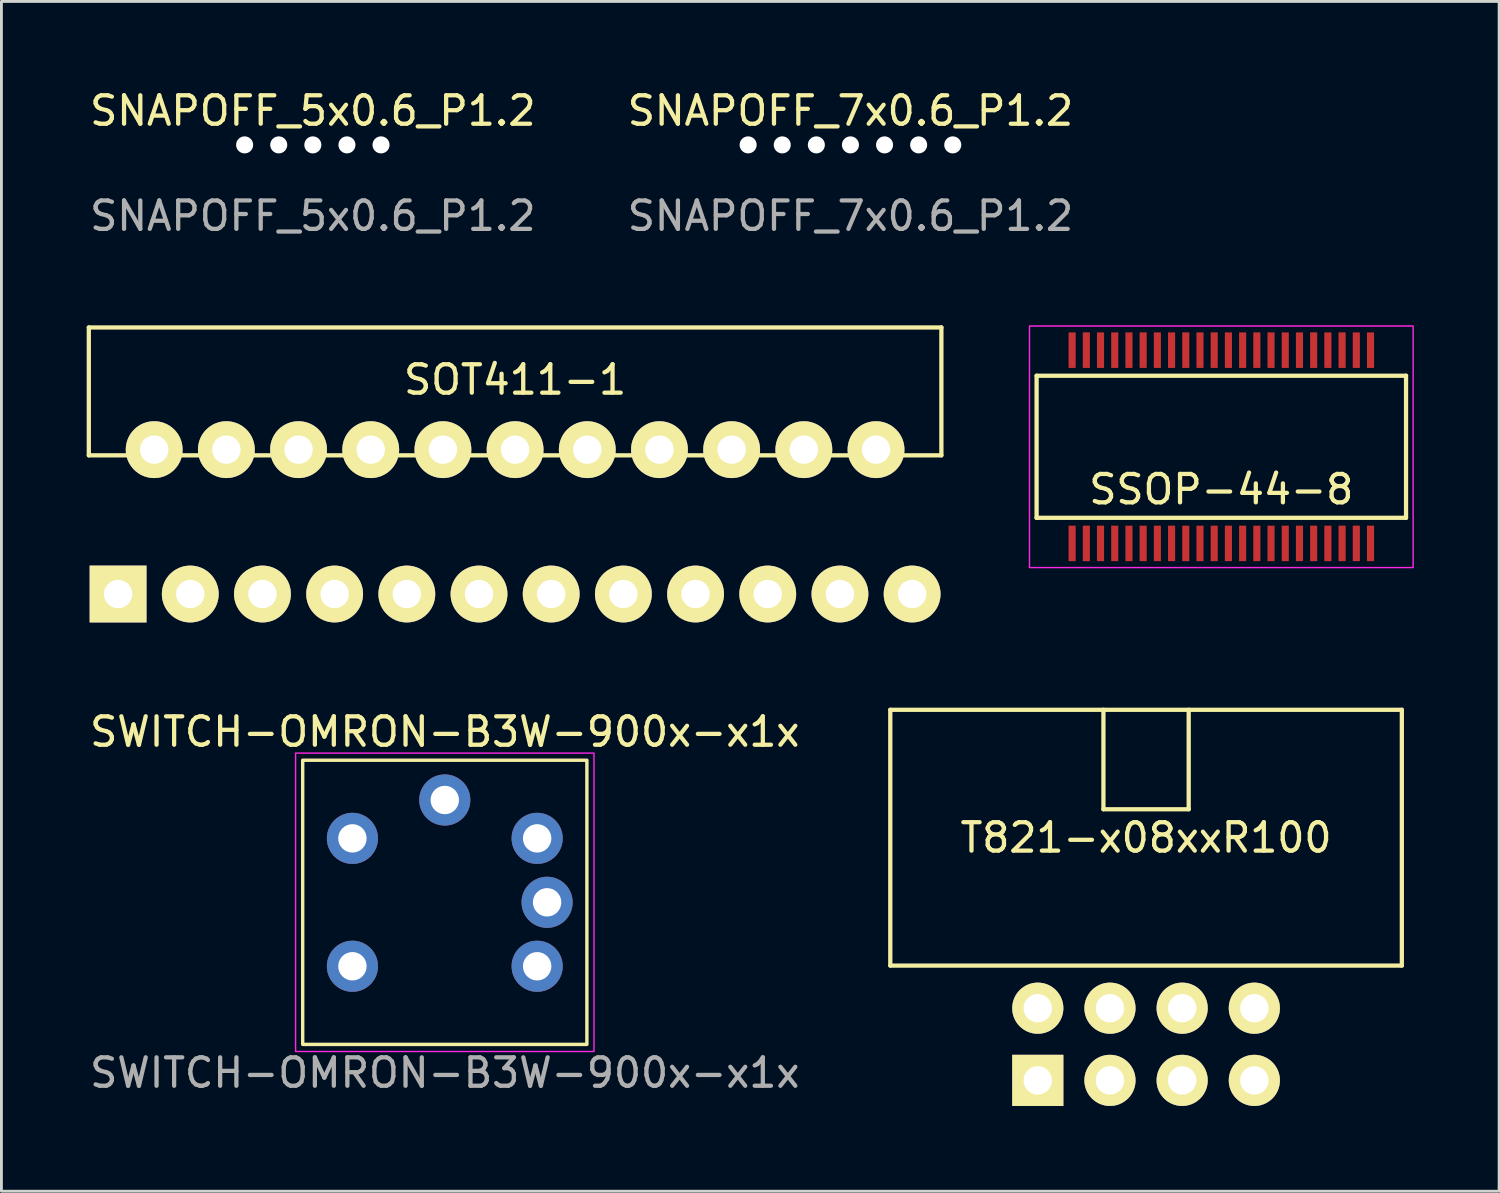
<source format=kicad_pcb>
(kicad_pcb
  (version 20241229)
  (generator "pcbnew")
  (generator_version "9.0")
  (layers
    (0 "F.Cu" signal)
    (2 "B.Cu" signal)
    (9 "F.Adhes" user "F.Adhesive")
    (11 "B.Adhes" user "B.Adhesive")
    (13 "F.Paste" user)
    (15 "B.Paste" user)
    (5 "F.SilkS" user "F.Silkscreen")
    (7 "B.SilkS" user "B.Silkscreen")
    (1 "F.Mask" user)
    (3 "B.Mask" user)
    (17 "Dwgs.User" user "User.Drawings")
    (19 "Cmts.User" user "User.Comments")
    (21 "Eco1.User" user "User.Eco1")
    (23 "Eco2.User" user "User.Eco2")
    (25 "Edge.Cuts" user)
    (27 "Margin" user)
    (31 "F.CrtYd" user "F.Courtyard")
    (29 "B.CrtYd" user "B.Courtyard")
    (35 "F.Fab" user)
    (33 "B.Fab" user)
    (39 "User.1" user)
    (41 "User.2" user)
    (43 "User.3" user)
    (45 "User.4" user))
  (footprint "SSOP-44-8"
    (layer "F.Cu")
    (at 39.925 12.671)
    (property "Reference" "SSOP-44-8" (at 0 1.5 0) (layer "F.SilkS") (effects (font (size 1 1) (thickness 0.15))))
    (attr through_hole)
    (fp_line (start -6.5 -2.5) (end 6.5 -2.5) (stroke (width 0.15) (type solid)) (layer "F.SilkS"))
    (fp_line (start -6.5 2.5) (end -6.5 -2.5) (stroke (width 0.15) (type solid)) (layer "F.SilkS"))
    (fp_line (start 6.5 -2.5) (end 6.5 2.5) (stroke (width 0.15) (type solid)) (layer "F.SilkS"))
    (fp_line (start 6.5 2.5) (end -6.5 2.5) (stroke (width 0.15) (type solid)) (layer "F.SilkS"))
    (fp_rect (start -6.75 -4.25) (end 6.75 4.25) (stroke (width 0.05) (type default)) (fill no) (layer "F.CrtYd"))
    (pad "1" smd rect (at -5.25 3.4) (size 0.25 1.25) (layers "F.Cu" "F.Mask" "F.Paste"))
    (pad "2" smd rect (at -4.75 3.4) (size 0.25 1.25) (layers "F.Cu" "F.Mask" "F.Paste"))
    (pad "3" smd rect (at -4.25 3.4) (size 0.25 1.25) (layers "F.Cu" "F.Mask" "F.Paste"))
    (pad "4" smd rect (at -3.75 3.4) (size 0.25 1.25) (layers "F.Cu" "F.Mask" "F.Paste"))
    (pad "5" smd rect (at -3.25 3.4) (size 0.25 1.25) (layers "F.Cu" "F.Mask" "F.Paste"))
    (pad "6" smd rect (at -2.75 3.4) (size 0.25 1.25) (layers "F.Cu" "F.Mask" "F.Paste"))
    (pad "7" smd rect (at -2.25 3.4) (size 0.25 1.25) (layers "F.Cu" "F.Mask" "F.Paste"))
    (pad "8" smd rect (at -1.75 3.4) (size 0.25 1.25) (layers "F.Cu" "F.Mask" "F.Paste"))
    (pad "9" smd rect (at -1.25 3.4) (size 0.25 1.25) (layers "F.Cu" "F.Mask" "F.Paste"))
    (pad "10" smd rect (at -0.75 3.4) (size 0.25 1.25) (layers "F.Cu" "F.Mask" "F.Paste"))
    (pad "11" smd rect (at -0.25 3.4) (size 0.25 1.25) (layers "F.Cu" "F.Mask" "F.Paste"))
    (pad "12" smd rect (at 0.25 3.4) (size 0.25 1.25) (layers "F.Cu" "F.Mask" "F.Paste"))
    (pad "13" smd rect (at 0.75 3.4) (size 0.25 1.25) (layers "F.Cu" "F.Mask" "F.Paste"))
    (pad "14" smd rect (at 1.25 3.4) (size 0.25 1.25) (layers "F.Cu" "F.Mask" "F.Paste"))
    (pad "15" smd rect (at 1.75 3.4) (size 0.25 1.25) (layers "F.Cu" "F.Mask" "F.Paste"))
    (pad "16" smd rect (at 2.25 3.4) (size 0.25 1.25) (layers "F.Cu" "F.Mask" "F.Paste"))
    (pad "17" smd rect (at 2.75 3.4) (size 0.25 1.25) (layers "F.Cu" "F.Mask" "F.Paste"))
    (pad "18" smd rect (at 3.25 3.4) (size 0.25 1.25) (layers "F.Cu" "F.Mask" "F.Paste"))
    (pad "19" smd rect (at 3.75 3.4) (size 0.25 1.25) (layers "F.Cu" "F.Mask" "F.Paste"))
    (pad "20" smd rect (at 4.25 3.4) (size 0.25 1.25) (layers "F.Cu" "F.Mask" "F.Paste"))
    (pad "21" smd rect (at 4.75 3.4) (size 0.25 1.25) (layers "F.Cu" "F.Mask" "F.Paste"))
    (pad "22" smd rect (at 5.25 3.4) (size 0.25 1.25) (layers "F.Cu" "F.Mask" "F.Paste"))
    (pad "23" smd rect (at 5.25 -3.4) (size 0.25 1.25) (layers "F.Cu" "F.Mask" "F.Paste"))
    (pad "24" smd rect (at 4.75 -3.4) (size 0.25 1.25) (layers "F.Cu" "F.Mask" "F.Paste"))
    (pad "25" smd rect (at 4.25 -3.4) (size 0.25 1.25) (layers "F.Cu" "F.Mask" "F.Paste"))
    (pad "26" smd rect (at 3.75 -3.4) (size 0.25 1.25) (layers "F.Cu" "F.Mask" "F.Paste"))
    (pad "27" smd rect (at 3.25 -3.4) (size 0.25 1.25) (layers "F.Cu" "F.Mask" "F.Paste"))
    (pad "28" smd rect (at 2.75 -3.4) (size 0.25 1.25) (layers "F.Cu" "F.Mask" "F.Paste"))
    (pad "29" smd rect (at 2.25 -3.4) (size 0.25 1.25) (layers "F.Cu" "F.Mask" "F.Paste"))
    (pad "30" smd rect (at 1.75 -3.4) (size 0.25 1.25) (layers "F.Cu" "F.Mask" "F.Paste"))
    (pad "31" smd rect (at 1.25 -3.4) (size 0.25 1.25) (layers "F.Cu" "F.Mask" "F.Paste"))
    (pad "32" smd rect (at 0.75 -3.4) (size 0.25 1.25) (layers "F.Cu" "F.Mask" "F.Paste"))
    (pad "33" smd rect (at 0.25 -3.4) (size 0.25 1.25) (layers "F.Cu" "F.Mask" "F.Paste"))
    (pad "34" smd rect (at -0.25 -3.4) (size 0.25 1.25) (layers "F.Cu" "F.Mask" "F.Paste"))
    (pad "35" smd rect (at -0.75 -3.4) (size 0.25 1.25) (layers "F.Cu" "F.Mask" "F.Paste"))
    (pad "36" smd rect (at -1.25 -3.4) (size 0.25 1.25) (layers "F.Cu" "F.Mask" "F.Paste"))
    (pad "37" smd rect (at -1.75 -3.4) (size 0.25 1.25) (layers "F.Cu" "F.Mask" "F.Paste"))
    (pad "38" smd rect (at -2.25 -3.4) (size 0.25 1.25) (layers "F.Cu" "F.Mask" "F.Paste"))
    (pad "39" smd rect (at -2.75 -3.4) (size 0.25 1.25) (layers "F.Cu" "F.Mask" "F.Paste"))
    (pad "40" smd rect (at -3.25 -3.4) (size 0.25 1.25) (layers "F.Cu" "F.Mask" "F.Paste"))
    (pad "41" smd rect (at -3.75 -3.4) (size 0.25 1.25) (layers "F.Cu" "F.Mask" "F.Paste"))
    (pad "42" smd rect (at -4.25 -3.4) (size 0.25 1.25) (layers "F.Cu" "F.Mask" "F.Paste"))
    (pad "43" smd rect (at -4.75 -3.4) (size 0.25 1.25) (layers "F.Cu" "F.Mask" "F.Paste"))
    (pad "44" smd rect (at -5.25 -3.4) (size 0.25 1.25) (layers "F.Cu" "F.Mask" "F.Paste")))
  (footprint "T821-x08xxR100"
    (layer "F.Cu")
    (at 37.277 32.426)
    (property "Reference" "T821-x08xxR100" (at 0 -6 0) (layer "F.SilkS") (effects (font (size 1 1) (thickness 0.15))))
    (attr through_hole)
    (fp_line (start -9 -10.5) (end 9 -10.5) (stroke (width 0.15) (type solid)) (layer "F.SilkS"))
    (fp_line (start -9 -1.5) (end -9 -10.5) (stroke (width 0.15) (type solid)) (layer "F.SilkS"))
    (fp_line (start -1.5 -10.5) (end -1.5 -7) (stroke (width 0.15) (type solid)) (layer "F.SilkS"))
    (fp_line (start -1.5 -7) (end 1.5 -7) (stroke (width 0.15) (type solid)) (layer "F.SilkS"))
    (fp_line (start 1.5 -7) (end 1.5 -10.5) (stroke (width 0.15) (type solid)) (layer "F.SilkS"))
    (fp_line (start 9 -10.5) (end 9 -1.5) (stroke (width 0.15) (type solid)) (layer "F.SilkS"))
    (fp_line (start 9 -1.5) (end -9 -1.5) (stroke (width 0.15) (type solid)) (layer "F.SilkS"))
    (pad "1" thru_hole rect (at -3.81 2.54) (size 1.8 1.8) (drill 1) (layers "*.Cu" "*.Mask" "F.SilkS"))
    (pad "2" thru_hole circle (at -3.81 0) (size 1.8 1.8) (drill 1) (layers "*.Cu" "*.Mask" "F.SilkS"))
    (pad "3" thru_hole circle (at -1.27 2.54) (size 1.8 1.8) (drill 1) (layers "*.Cu" "*.Mask" "F.SilkS"))
    (pad "4" thru_hole circle (at -1.27 0) (size 1.8 1.8) (drill 1) (layers "*.Cu" "*.Mask" "F.SilkS"))
    (pad "5" thru_hole circle (at 1.27 2.54) (size 1.8 1.8) (drill 1) (layers "*.Cu" "*.Mask" "F.SilkS"))
    (pad "6" thru_hole circle (at 1.27 0) (size 1.8 1.8) (drill 1) (layers "*.Cu" "*.Mask" "F.SilkS"))
    (pad "7" thru_hole circle (at 3.81 2.54) (size 1.8 1.8) (drill 1) (layers "*.Cu" "*.Mask" "F.SilkS"))
    (pad "8" thru_hole circle (at 3.81 0) (size 1.8 1.8) (drill 1) (layers "*.Cu" "*.Mask" "F.SilkS")))
  (footprint "SWITCH-OMRON-B3W-900x-x1x"
    (layer "F.Cu")
    (at 12.601 28.7)
    (property "Reference" "SWITCH-OMRON-B3W-900x-x1x" (at 0 -6 0) (unlocked yes) (layer "F.SilkS") (effects (font (size 1 1) (thickness 0.15))))
    (attr smd)
    (fp_rect (start -5 -5) (end 5 5) (stroke (width 0.12) (type solid)) (fill no) (layer "F.SilkS"))
    (fp_rect (start -5.25 -5.25) (end 5.25 5.25) (stroke (width 0.05) (type solid)) (fill no) (layer "F.CrtYd"))
    (fp_text user "${REFERENCE}" (at 0 6 0) (unlocked yes) (layer "F.Fab") (effects (font (size 1 1) (thickness 0.15))))
    (pad "1" thru_hole circle (at -3.25 -2.25) (size 1.8 1.8) (drill 1) (layers "*.Cu" "*.Mask"))
    (pad "1" thru_hole circle (at 3.25 -2.25) (size 1.8 1.8) (drill 1) (layers "*.Cu" "*.Mask"))
    (pad "2" thru_hole circle (at -3.25 2.25) (size 1.8 1.8) (drill 1) (layers "*.Cu" "*.Mask"))
    (pad "2" thru_hole circle (at 3.25 2.25) (size 1.8 1.8) (drill 1) (layers "*.Cu" "*.Mask"))
    (pad "3" thru_hole circle (at 3.6 0) (size 1.8 1.8) (drill 1) (layers "*.Cu" "*.Mask"))
    (pad "4" thru_hole circle (at 0 -3.6) (size 1.8 1.8) (drill 1) (layers "*.Cu" "*.Mask")))
  (footprint "SNAPOFF_5x0.6_P1.2"
    (layer "F.Cu")
    (at 7.958 2.048)
    (property "Reference" "SNAPOFF_5x0.6_P1.2" (at 0 -1.2 0) (unlocked yes) (layer "F.SilkS") (effects (font (size 1 1) (thickness 0.15))))
    (fp_text user "${REFERENCE}" (at 0 2.5 0) (unlocked yes) (layer "F.Fab") (effects (font (size 1 1) (thickness 0.15))))
    (pad "" np_thru_hole circle (at -2.4 0) (size 0.6 0.6) (drill 0.6) (layers "*.Cu" "*.Mask"))
    (pad "" np_thru_hole circle (at -1.2 0) (size 0.6 0.6) (drill 0.6) (layers "*.Cu" "*.Mask"))
    (pad "" np_thru_hole circle (at 0 0) (size 0.6 0.6) (drill 0.6) (layers "*.Cu" "*.Mask"))
    (pad "" np_thru_hole circle (at 1.2 0) (size 0.6 0.6) (drill 0.6) (layers "*.Cu" "*.Mask"))
    (pad "" np_thru_hole circle (at 2.4 0) (size 0.6 0.6) (drill 0.6) (layers "*.Cu" "*.Mask")))
  (footprint "SNAPOFF_7x0.6_P1.2"
    (layer "F.Cu")
    (at 26.875 2.048)
    (property "Reference" "SNAPOFF_7x0.6_P1.2" (at 0 -1.2 0) (unlocked yes) (layer "F.SilkS") (effects (font (size 1 1) (thickness 0.15))))
    (fp_text user "${REFERENCE}" (at 0 2.5 0) (unlocked yes) (layer "F.Fab") (effects (font (size 1 1) (thickness 0.15))))
    (pad "" np_thru_hole circle (at -3.6 0) (size 0.6 0.6) (drill 0.6) (layers "*.Cu" "*.Mask"))
    (pad "" np_thru_hole circle (at -2.4 0) (size 0.6 0.6) (drill 0.6) (layers "*.Cu" "*.Mask"))
    (pad "" np_thru_hole circle (at -1.2 0) (size 0.6 0.6) (drill 0.6) (layers "*.Cu" "*.Mask"))
    (pad "" np_thru_hole circle (at 0 0) (size 0.6 0.6) (drill 0.6) (layers "*.Cu" "*.Mask"))
    (pad "" np_thru_hole circle (at 1.2 0) (size 0.6 0.6) (drill 0.6) (layers "*.Cu" "*.Mask"))
    (pad "" np_thru_hole circle (at 2.4 0) (size 0.6 0.6) (drill 0.6) (layers "*.Cu" "*.Mask"))
    (pad "" np_thru_hole circle (at 3.6 0) (size 0.6 0.6) (drill 0.6) (layers "*.Cu" "*.Mask")))
  (footprint "SOT411-1"
    (layer "F.Cu")
    (at 15.075 13.472)
    (property "Reference" "SOT411-1" (at 0 -3.16 0) (layer "F.SilkS") (effects (font (size 1 1) (thickness 0.15))))
    (attr through_hole)
    (fp_line (start -15 -5) (end -15 -0.5) (stroke (width 0.15) (type solid)) (layer "F.SilkS"))
    (fp_line (start -15 -5) (end 15 -5) (stroke (width 0.15) (type solid)) (layer "F.SilkS"))
    (fp_line (start -15 -0.5) (end 15 -0.5) (stroke (width 0.15) (type solid)) (layer "F.SilkS"))
    (fp_line (start 15 -0.5) (end 15 -5) (stroke (width 0.15) (type solid)) (layer "F.SilkS"))
    (pad "1" thru_hole rect (at -13.97 4.38) (size 2 2) (drill 1) (layers "*.Cu" "*.Mask" "F.SilkS"))
    (pad "2" thru_hole circle (at -12.7 -0.7) (size 2 2) (drill 1) (layers "*.Cu" "*.Mask" "F.SilkS"))
    (pad "3" thru_hole circle (at -11.43 4.38) (size 2 2) (drill 1) (layers "*.Cu" "*.Mask" "F.SilkS"))
    (pad "4" thru_hole circle (at -10.16 -0.7) (size 2 2) (drill 1) (layers "*.Cu" "*.Mask" "F.SilkS"))
    (pad "5" thru_hole circle (at -8.89 4.38) (size 2 2) (drill 1) (layers "*.Cu" "*.Mask" "F.SilkS"))
    (pad "6" thru_hole circle (at -7.62 -0.7) (size 2 2) (drill 1) (layers "*.Cu" "*.Mask" "F.SilkS"))
    (pad "7" thru_hole circle (at -6.35 4.38) (size 2 2) (drill 1) (layers "*.Cu" "*.Mask" "F.SilkS"))
    (pad "8" thru_hole circle (at -5.08 -0.7) (size 2 2) (drill 1) (layers "*.Cu" "*.Mask" "F.SilkS"))
    (pad "9" thru_hole circle (at -3.81 4.38) (size 2 2) (drill 1) (layers "*.Cu" "*.Mask" "F.SilkS"))
    (pad "10" thru_hole circle (at -2.54 -0.7) (size 2 2) (drill 1) (layers "*.Cu" "*.Mask" "F.SilkS"))
    (pad "11" thru_hole circle (at -1.27 4.38) (size 2 2) (drill 1) (layers "*.Cu" "*.Mask" "F.SilkS"))
    (pad "12" thru_hole circle (at 0 -0.7) (size 2 2) (drill 1) (layers "*.Cu" "*.Mask" "F.SilkS"))
    (pad "13" thru_hole circle (at 1.27 4.38) (size 2 2) (drill 1) (layers "*.Cu" "*.Mask" "F.SilkS"))
    (pad "14" thru_hole circle (at 2.54 -0.7) (size 2 2) (drill 1) (layers "*.Cu" "*.Mask" "F.SilkS"))
    (pad "15" thru_hole circle (at 3.81 4.38) (size 2 2) (drill 1) (layers "*.Cu" "*.Mask" "F.SilkS"))
    (pad "16" thru_hole circle (at 5.08 -0.7) (size 2 2) (drill 1) (layers "*.Cu" "*.Mask" "F.SilkS"))
    (pad "17" thru_hole circle (at 6.35 4.38) (size 2 2) (drill 1) (layers "*.Cu" "*.Mask" "F.SilkS"))
    (pad "18" thru_hole circle (at 7.62 -0.7) (size 2 2) (drill 1) (layers "*.Cu" "*.Mask" "F.SilkS"))
    (pad "19" thru_hole circle (at 8.89 4.38) (size 2 2) (drill 1) (layers "*.Cu" "*.Mask" "F.SilkS"))
    (pad "20" thru_hole circle (at 10.16 -0.7) (size 2 2) (drill 1) (layers "*.Cu" "*.Mask" "F.SilkS"))
    (pad "21" thru_hole circle (at 11.43 4.38) (size 2 2) (drill 1) (layers "*.Cu" "*.Mask" "F.SilkS"))
    (pad "22" thru_hole circle (at 12.7 -0.7) (size 2 2) (drill 1) (layers "*.Cu" "*.Mask" "F.SilkS"))
    (pad "23" thru_hole circle (at 13.97 4.38) (size 2 2) (drill 1) (layers "*.Cu" "*.Mask" "F.SilkS")))
  (gr_rect
    (start -3 -3)
    (end 49.7 38.867)
    (stroke (width 0.1) (type default))
    (fill no)
    (layer "Edge.Cuts")))
</source>
